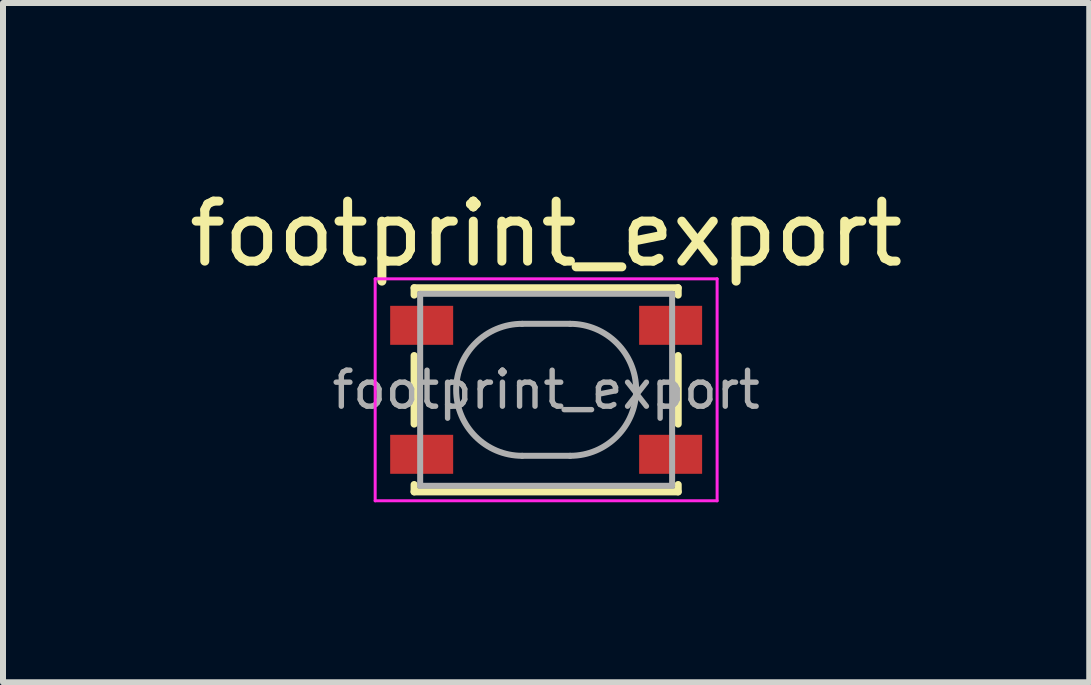
<source format=kicad_pcb>
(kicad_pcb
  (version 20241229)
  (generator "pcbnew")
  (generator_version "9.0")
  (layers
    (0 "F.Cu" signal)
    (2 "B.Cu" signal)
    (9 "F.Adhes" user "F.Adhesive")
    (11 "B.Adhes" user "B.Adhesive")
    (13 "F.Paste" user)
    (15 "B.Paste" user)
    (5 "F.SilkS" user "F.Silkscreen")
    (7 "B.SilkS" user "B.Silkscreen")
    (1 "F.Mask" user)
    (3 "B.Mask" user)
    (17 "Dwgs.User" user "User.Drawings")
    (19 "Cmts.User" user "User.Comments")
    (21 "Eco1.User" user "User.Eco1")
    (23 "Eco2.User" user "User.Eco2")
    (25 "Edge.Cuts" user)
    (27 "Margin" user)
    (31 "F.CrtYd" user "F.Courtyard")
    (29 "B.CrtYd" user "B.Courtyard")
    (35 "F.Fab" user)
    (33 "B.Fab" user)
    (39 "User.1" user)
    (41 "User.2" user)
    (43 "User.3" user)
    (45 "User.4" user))
  (footprint "footprint_export"
    (layer "F.Cu")
    (at 6.054 3.448)
    (property "Reference" "footprint_export" (at 0 -2.6 0) (layer "F.SilkS") (effects (font (size 1 1) (thickness 0.15))))
    (attr smd)
    (fp_line (start -2.2 -1.7) (end -2.2 -1.58) (stroke (width 0.12) (type solid)) (layer "F.SilkS"))
    (fp_line (start -2.2 -0.57) (end -2.2 0.57) (stroke (width 0.12) (type solid)) (layer "F.SilkS"))
    (fp_line (start -2.2 1.58) (end -2.2 1.7) (stroke (width 0.12) (type solid)) (layer "F.SilkS"))
    (fp_line (start -2.2 1.7) (end 2.2 1.7) (stroke (width 0.12) (type solid)) (layer "F.SilkS"))
    (fp_line (start 2.2 -1.7) (end -2.2 -1.7) (stroke (width 0.12) (type solid)) (layer "F.SilkS"))
    (fp_line (start 2.2 -1.58) (end 2.2 -1.7) (stroke (width 0.12) (type solid)) (layer "F.SilkS"))
    (fp_line (start 2.2 0.57) (end 2.2 -0.57) (stroke (width 0.12) (type solid)) (layer "F.SilkS"))
    (fp_line (start 2.2 1.7) (end 2.2 1.58) (stroke (width 0.12) (type solid)) (layer "F.SilkS"))
    (fp_line (start -2.85 -1.85) (end 2.85 -1.85) (stroke (width 0.05) (type solid)) (layer "F.CrtYd"))
    (fp_line (start -2.85 1.85) (end -2.85 -1.85) (stroke (width 0.05) (type solid)) (layer "F.CrtYd"))
    (fp_line (start 2.85 -1.85) (end 2.85 1.85) (stroke (width 0.05) (type solid)) (layer "F.CrtYd"))
    (fp_line (start 2.85 1.85) (end -2.85 1.85) (stroke (width 0.05) (type solid)) (layer "F.CrtYd"))
    (fp_line (start -2.1 -1.6) (end -2.1 1.6) (stroke (width 0.1) (type solid)) (layer "F.Fab"))
    (fp_line (start -2.1 1.6) (end 2.1 1.6) (stroke (width 0.1) (type solid)) (layer "F.Fab"))
    (fp_line (start -0.4 -1.1) (end 0.4 -1.1) (stroke (width 0.1) (type solid)) (layer "F.Fab"))
    (fp_line (start 0.4 1.1) (end -0.4 1.1) (stroke (width 0.1) (type solid)) (layer "F.Fab"))
    (fp_line (start 2.1 -1.6) (end -2.1 -1.6) (stroke (width 0.1) (type solid)) (layer "F.Fab"))
    (fp_line (start 2.1 1.6) (end 2.1 -1.6) (stroke (width 0.1) (type solid)) (layer "F.Fab"))
    (fp_arc (start -0.4 1.1) (mid -1.5 0) (end -0.4 -1.1) (stroke (width 0.1) (type solid)) (layer "F.Fab"))
    (fp_arc (start 0.4 -1.1) (mid 1.5 0) (end 0.4 1.1) (stroke (width 0.1) (type solid)) (layer "F.Fab"))
    (fp_text user "${REFERENCE}" (at 0 0 0) (layer "F.Fab") (effects (font (size 0.6 0.6) (thickness 0.09))))
    (pad "1" smd rect (at -2.075 -1.075) (size 1.05 0.65) (layers "F.Cu" "F.Mask" "F.Paste"))
    (pad "1" smd rect (at 2.075 -1.075) (size 1.05 0.65) (layers "F.Cu" "F.Mask" "F.Paste"))
    (pad "2" smd rect (at -2.075 1.075) (size 1.05 0.65) (layers "F.Cu" "F.Mask" "F.Paste"))
    (pad "2" smd rect (at 2.075 1.075) (size 1.05 0.65) (layers "F.Cu" "F.Mask" "F.Paste")))
  (gr_rect
    (start -3 -3)
    (end 15.107 8.323)
    (stroke (width 0.1) (type default))
    (fill no)
    (layer "Edge.Cuts")))
</source>
